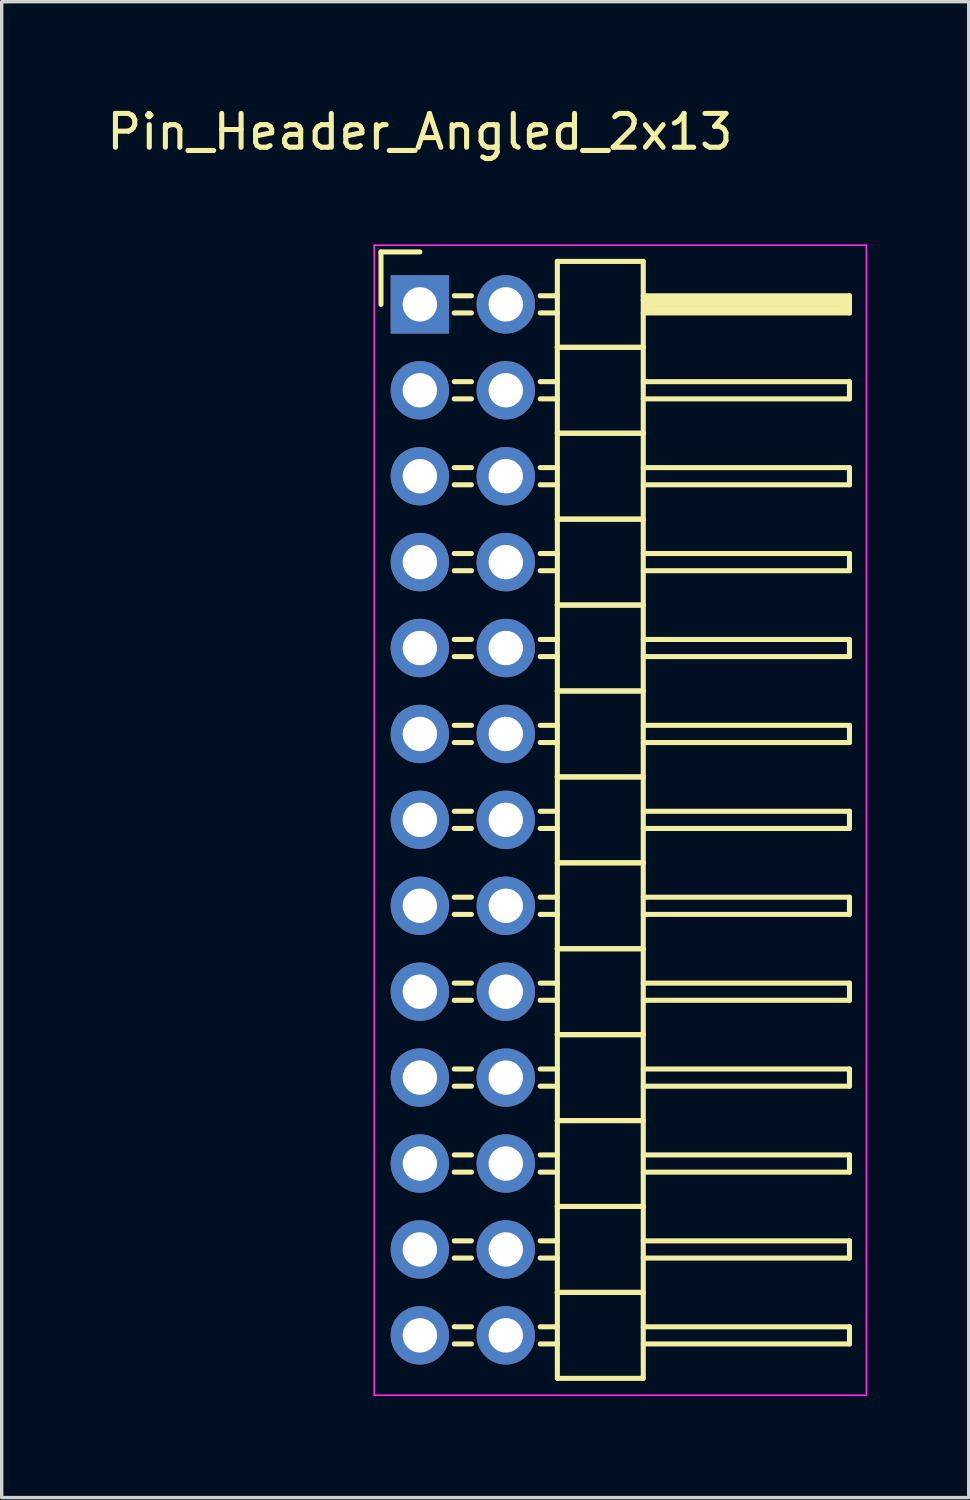
<source format=kicad_pcb>
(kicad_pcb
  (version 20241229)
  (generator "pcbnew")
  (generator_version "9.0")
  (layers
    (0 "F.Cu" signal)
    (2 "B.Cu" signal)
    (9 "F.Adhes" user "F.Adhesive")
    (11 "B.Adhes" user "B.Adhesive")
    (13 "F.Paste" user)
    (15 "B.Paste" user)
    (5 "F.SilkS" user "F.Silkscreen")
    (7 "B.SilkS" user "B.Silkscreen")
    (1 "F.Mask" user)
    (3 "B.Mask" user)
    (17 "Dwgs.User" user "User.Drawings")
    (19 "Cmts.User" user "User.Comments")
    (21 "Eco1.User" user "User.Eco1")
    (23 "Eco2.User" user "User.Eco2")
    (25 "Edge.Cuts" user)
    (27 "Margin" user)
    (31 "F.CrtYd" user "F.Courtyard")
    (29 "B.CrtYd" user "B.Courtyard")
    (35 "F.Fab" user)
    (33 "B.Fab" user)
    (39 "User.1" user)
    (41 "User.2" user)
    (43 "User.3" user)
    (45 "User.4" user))
  (footprint "Pin_Header_Angled_2x13"
    (layer "F.Cu")
    (at 9.363 5.948)
    (property "Reference" "Pin_Header_Angled_2x13" (at 0 -5.1 0) (layer "F.SilkS") (effects (font (size 1 1) (thickness 0.15))))
    (attr through_hole)
    (fp_line (start -1.15 -1.55) (end -1.15 0) (stroke (width 0.15) (type solid)) (layer "F.SilkS"))
    (fp_line (start 0 -1.55) (end -1.15 -1.55) (stroke (width 0.15) (type solid)) (layer "F.SilkS"))
    (fp_line (start 1.524 -0.254) (end 1.016 -0.254) (stroke (width 0.15) (type solid)) (layer "F.SilkS"))
    (fp_line (start 1.524 0.254) (end 1.016 0.254) (stroke (width 0.15) (type solid)) (layer "F.SilkS"))
    (fp_line (start 1.524 2.286) (end 1.016 2.286) (stroke (width 0.15) (type solid)) (layer "F.SilkS"))
    (fp_line (start 1.524 2.794) (end 1.016 2.794) (stroke (width 0.15) (type solid)) (layer "F.SilkS"))
    (fp_line (start 1.524 4.826) (end 1.016 4.826) (stroke (width 0.15) (type solid)) (layer "F.SilkS"))
    (fp_line (start 1.524 5.334) (end 1.016 5.334) (stroke (width 0.15) (type solid)) (layer "F.SilkS"))
    (fp_line (start 1.524 7.366) (end 1.016 7.366) (stroke (width 0.15) (type solid)) (layer "F.SilkS"))
    (fp_line (start 1.524 7.874) (end 1.016 7.874) (stroke (width 0.15) (type solid)) (layer "F.SilkS"))
    (fp_line (start 1.524 9.906) (end 1.016 9.906) (stroke (width 0.15) (type solid)) (layer "F.SilkS"))
    (fp_line (start 1.524 10.414) (end 1.016 10.414) (stroke (width 0.15) (type solid)) (layer "F.SilkS"))
    (fp_line (start 1.524 12.446) (end 1.016 12.446) (stroke (width 0.15) (type solid)) (layer "F.SilkS"))
    (fp_line (start 1.524 12.954) (end 1.016 12.954) (stroke (width 0.15) (type solid)) (layer "F.SilkS"))
    (fp_line (start 1.524 14.986) (end 1.016 14.986) (stroke (width 0.15) (type solid)) (layer "F.SilkS"))
    (fp_line (start 1.524 15.494) (end 1.016 15.494) (stroke (width 0.15) (type solid)) (layer "F.SilkS"))
    (fp_line (start 1.524 17.526) (end 1.016 17.526) (stroke (width 0.15) (type solid)) (layer "F.SilkS"))
    (fp_line (start 1.524 18.034) (end 1.016 18.034) (stroke (width 0.15) (type solid)) (layer "F.SilkS"))
    (fp_line (start 1.524 20.066) (end 1.016 20.066) (stroke (width 0.15) (type solid)) (layer "F.SilkS"))
    (fp_line (start 1.524 20.574) (end 1.016 20.574) (stroke (width 0.15) (type solid)) (layer "F.SilkS"))
    (fp_line (start 1.524 22.606) (end 1.016 22.606) (stroke (width 0.15) (type solid)) (layer "F.SilkS"))
    (fp_line (start 1.524 23.114) (end 1.016 23.114) (stroke (width 0.15) (type solid)) (layer "F.SilkS"))
    (fp_line (start 1.524 25.146) (end 1.016 25.146) (stroke (width 0.15) (type solid)) (layer "F.SilkS"))
    (fp_line (start 1.524 25.654) (end 1.016 25.654) (stroke (width 0.15) (type solid)) (layer "F.SilkS"))
    (fp_line (start 1.524 27.686) (end 1.016 27.686) (stroke (width 0.15) (type solid)) (layer "F.SilkS"))
    (fp_line (start 1.524 28.194) (end 1.016 28.194) (stroke (width 0.15) (type solid)) (layer "F.SilkS"))
    (fp_line (start 1.524 30.226) (end 1.016 30.226) (stroke (width 0.15) (type solid)) (layer "F.SilkS"))
    (fp_line (start 1.524 30.734) (end 1.016 30.734) (stroke (width 0.15) (type solid)) (layer "F.SilkS"))
    (fp_line (start 4.064 -1.27) (end 4.064 1.27) (stroke (width 0.15) (type solid)) (layer "F.SilkS"))
    (fp_line (start 4.064 -1.27) (end 6.604 -1.27) (stroke (width 0.15) (type solid)) (layer "F.SilkS"))
    (fp_line (start 4.064 -0.254) (end 3.556 -0.254) (stroke (width 0.15) (type solid)) (layer "F.SilkS"))
    (fp_line (start 4.064 0.254) (end 3.556 0.254) (stroke (width 0.15) (type solid)) (layer "F.SilkS"))
    (fp_line (start 4.064 1.27) (end 4.064 3.81) (stroke (width 0.15) (type solid)) (layer "F.SilkS"))
    (fp_line (start 4.064 1.27) (end 6.604 1.27) (stroke (width 0.15) (type solid)) (layer "F.SilkS"))
    (fp_line (start 4.064 1.27) (end 6.604 1.27) (stroke (width 0.15) (type solid)) (layer "F.SilkS"))
    (fp_line (start 4.064 2.286) (end 3.556 2.286) (stroke (width 0.15) (type solid)) (layer "F.SilkS"))
    (fp_line (start 4.064 2.794) (end 3.556 2.794) (stroke (width 0.15) (type solid)) (layer "F.SilkS"))
    (fp_line (start 4.064 3.81) (end 4.064 6.35) (stroke (width 0.15) (type solid)) (layer "F.SilkS"))
    (fp_line (start 4.064 3.81) (end 6.604 3.81) (stroke (width 0.15) (type solid)) (layer "F.SilkS"))
    (fp_line (start 4.064 3.81) (end 6.604 3.81) (stroke (width 0.15) (type solid)) (layer "F.SilkS"))
    (fp_line (start 4.064 4.826) (end 3.556 4.826) (stroke (width 0.15) (type solid)) (layer "F.SilkS"))
    (fp_line (start 4.064 5.334) (end 3.556 5.334) (stroke (width 0.15) (type solid)) (layer "F.SilkS"))
    (fp_line (start 4.064 6.35) (end 4.064 8.89) (stroke (width 0.15) (type solid)) (layer "F.SilkS"))
    (fp_line (start 4.064 6.35) (end 6.604 6.35) (stroke (width 0.15) (type solid)) (layer "F.SilkS"))
    (fp_line (start 4.064 6.35) (end 6.604 6.35) (stroke (width 0.15) (type solid)) (layer "F.SilkS"))
    (fp_line (start 4.064 7.366) (end 3.556 7.366) (stroke (width 0.15) (type solid)) (layer "F.SilkS"))
    (fp_line (start 4.064 7.874) (end 3.556 7.874) (stroke (width 0.15) (type solid)) (layer "F.SilkS"))
    (fp_line (start 4.064 8.89) (end 4.064 11.43) (stroke (width 0.15) (type solid)) (layer "F.SilkS"))
    (fp_line (start 4.064 8.89) (end 6.604 8.89) (stroke (width 0.15) (type solid)) (layer "F.SilkS"))
    (fp_line (start 4.064 8.89) (end 6.604 8.89) (stroke (width 0.15) (type solid)) (layer "F.SilkS"))
    (fp_line (start 4.064 9.906) (end 3.556 9.906) (stroke (width 0.15) (type solid)) (layer "F.SilkS"))
    (fp_line (start 4.064 10.414) (end 3.556 10.414) (stroke (width 0.15) (type solid)) (layer "F.SilkS"))
    (fp_line (start 4.064 11.43) (end 4.064 13.97) (stroke (width 0.15) (type solid)) (layer "F.SilkS"))
    (fp_line (start 4.064 11.43) (end 6.604 11.43) (stroke (width 0.15) (type solid)) (layer "F.SilkS"))
    (fp_line (start 4.064 11.43) (end 6.604 11.43) (stroke (width 0.15) (type solid)) (layer "F.SilkS"))
    (fp_line (start 4.064 12.446) (end 3.556 12.446) (stroke (width 0.15) (type solid)) (layer "F.SilkS"))
    (fp_line (start 4.064 12.954) (end 3.556 12.954) (stroke (width 0.15) (type solid)) (layer "F.SilkS"))
    (fp_line (start 4.064 13.97) (end 4.064 16.51) (stroke (width 0.15) (type solid)) (layer "F.SilkS"))
    (fp_line (start 4.064 13.97) (end 6.604 13.97) (stroke (width 0.15) (type solid)) (layer "F.SilkS"))
    (fp_line (start 4.064 13.97) (end 6.604 13.97) (stroke (width 0.15) (type solid)) (layer "F.SilkS"))
    (fp_line (start 4.064 14.986) (end 3.556 14.986) (stroke (width 0.15) (type solid)) (layer "F.SilkS"))
    (fp_line (start 4.064 15.494) (end 3.556 15.494) (stroke (width 0.15) (type solid)) (layer "F.SilkS"))
    (fp_line (start 4.064 16.51) (end 4.064 19.05) (stroke (width 0.15) (type solid)) (layer "F.SilkS"))
    (fp_line (start 4.064 16.51) (end 6.604 16.51) (stroke (width 0.15) (type solid)) (layer "F.SilkS"))
    (fp_line (start 4.064 16.51) (end 6.604 16.51) (stroke (width 0.15) (type solid)) (layer "F.SilkS"))
    (fp_line (start 4.064 17.526) (end 3.556 17.526) (stroke (width 0.15) (type solid)) (layer "F.SilkS"))
    (fp_line (start 4.064 18.034) (end 3.556 18.034) (stroke (width 0.15) (type solid)) (layer "F.SilkS"))
    (fp_line (start 4.064 19.05) (end 4.064 21.59) (stroke (width 0.15) (type solid)) (layer "F.SilkS"))
    (fp_line (start 4.064 19.05) (end 6.604 19.05) (stroke (width 0.15) (type solid)) (layer "F.SilkS"))
    (fp_line (start 4.064 19.05) (end 6.604 19.05) (stroke (width 0.15) (type solid)) (layer "F.SilkS"))
    (fp_line (start 4.064 20.066) (end 3.556 20.066) (stroke (width 0.15) (type solid)) (layer "F.SilkS"))
    (fp_line (start 4.064 20.574) (end 3.556 20.574) (stroke (width 0.15) (type solid)) (layer "F.SilkS"))
    (fp_line (start 4.064 21.59) (end 4.064 24.13) (stroke (width 0.15) (type solid)) (layer "F.SilkS"))
    (fp_line (start 4.064 21.59) (end 6.604 21.59) (stroke (width 0.15) (type solid)) (layer "F.SilkS"))
    (fp_line (start 4.064 21.59) (end 6.604 21.59) (stroke (width 0.15) (type solid)) (layer "F.SilkS"))
    (fp_line (start 4.064 22.606) (end 3.556 22.606) (stroke (width 0.15) (type solid)) (layer "F.SilkS"))
    (fp_line (start 4.064 23.114) (end 3.556 23.114) (stroke (width 0.15) (type solid)) (layer "F.SilkS"))
    (fp_line (start 4.064 24.13) (end 4.064 26.67) (stroke (width 0.15) (type solid)) (layer "F.SilkS"))
    (fp_line (start 4.064 24.13) (end 6.604 24.13) (stroke (width 0.15) (type solid)) (layer "F.SilkS"))
    (fp_line (start 4.064 24.13) (end 6.604 24.13) (stroke (width 0.15) (type solid)) (layer "F.SilkS"))
    (fp_line (start 4.064 25.146) (end 3.556 25.146) (stroke (width 0.15) (type solid)) (layer "F.SilkS"))
    (fp_line (start 4.064 25.654) (end 3.556 25.654) (stroke (width 0.15) (type solid)) (layer "F.SilkS"))
    (fp_line (start 4.064 26.67) (end 4.064 29.21) (stroke (width 0.15) (type solid)) (layer "F.SilkS"))
    (fp_line (start 4.064 26.67) (end 6.604 26.67) (stroke (width 0.15) (type solid)) (layer "F.SilkS"))
    (fp_line (start 4.064 26.67) (end 6.604 26.67) (stroke (width 0.15) (type solid)) (layer "F.SilkS"))
    (fp_line (start 4.064 27.686) (end 3.556 27.686) (stroke (width 0.15) (type solid)) (layer "F.SilkS"))
    (fp_line (start 4.064 28.194) (end 3.556 28.194) (stroke (width 0.15) (type solid)) (layer "F.SilkS"))
    (fp_line (start 4.064 29.21) (end 4.064 31.75) (stroke (width 0.15) (type solid)) (layer "F.SilkS"))
    (fp_line (start 4.064 29.21) (end 6.604 29.21) (stroke (width 0.15) (type solid)) (layer "F.SilkS"))
    (fp_line (start 4.064 29.21) (end 6.604 29.21) (stroke (width 0.15) (type solid)) (layer "F.SilkS"))
    (fp_line (start 4.064 30.226) (end 3.556 30.226) (stroke (width 0.15) (type solid)) (layer "F.SilkS"))
    (fp_line (start 4.064 30.734) (end 3.556 30.734) (stroke (width 0.15) (type solid)) (layer "F.SilkS"))
    (fp_line (start 4.064 31.75) (end 6.604 31.75) (stroke (width 0.15) (type solid)) (layer "F.SilkS"))
    (fp_line (start 6.604 -0.254) (end 12.7 -0.254) (stroke (width 0.15) (type solid)) (layer "F.SilkS"))
    (fp_line (start 6.604 -0.127) (end 12.573 -0.127) (stroke (width 0.15) (type solid)) (layer "F.SilkS"))
    (fp_line (start 6.604 1.27) (end 6.604 -1.27) (stroke (width 0.15) (type solid)) (layer "F.SilkS"))
    (fp_line (start 6.604 2.286) (end 12.7 2.286) (stroke (width 0.15) (type solid)) (layer "F.SilkS"))
    (fp_line (start 6.604 3.81) (end 6.604 1.27) (stroke (width 0.15) (type solid)) (layer "F.SilkS"))
    (fp_line (start 6.604 4.826) (end 12.7 4.826) (stroke (width 0.15) (type solid)) (layer "F.SilkS"))
    (fp_line (start 6.604 6.35) (end 6.604 3.81) (stroke (width 0.15) (type solid)) (layer "F.SilkS"))
    (fp_line (start 6.604 7.366) (end 12.7 7.366) (stroke (width 0.15) (type solid)) (layer "F.SilkS"))
    (fp_line (start 6.604 8.89) (end 6.604 6.35) (stroke (width 0.15) (type solid)) (layer "F.SilkS"))
    (fp_line (start 6.604 9.906) (end 12.7 9.906) (stroke (width 0.15) (type solid)) (layer "F.SilkS"))
    (fp_line (start 6.604 11.43) (end 6.604 8.89) (stroke (width 0.15) (type solid)) (layer "F.SilkS"))
    (fp_line (start 6.604 12.446) (end 12.7 12.446) (stroke (width 0.15) (type solid)) (layer "F.SilkS"))
    (fp_line (start 6.604 13.97) (end 6.604 11.43) (stroke (width 0.15) (type solid)) (layer "F.SilkS"))
    (fp_line (start 6.604 14.986) (end 12.7 14.986) (stroke (width 0.15) (type solid)) (layer "F.SilkS"))
    (fp_line (start 6.604 16.51) (end 6.604 13.97) (stroke (width 0.15) (type solid)) (layer "F.SilkS"))
    (fp_line (start 6.604 17.526) (end 12.7 17.526) (stroke (width 0.15) (type solid)) (layer "F.SilkS"))
    (fp_line (start 6.604 19.05) (end 6.604 16.51) (stroke (width 0.15) (type solid)) (layer "F.SilkS"))
    (fp_line (start 6.604 20.066) (end 12.7 20.066) (stroke (width 0.15) (type solid)) (layer "F.SilkS"))
    (fp_line (start 6.604 21.59) (end 6.604 19.05) (stroke (width 0.15) (type solid)) (layer "F.SilkS"))
    (fp_line (start 6.604 22.606) (end 12.7 22.606) (stroke (width 0.15) (type solid)) (layer "F.SilkS"))
    (fp_line (start 6.604 24.13) (end 6.604 21.59) (stroke (width 0.15) (type solid)) (layer "F.SilkS"))
    (fp_line (start 6.604 25.146) (end 12.7 25.146) (stroke (width 0.15) (type solid)) (layer "F.SilkS"))
    (fp_line (start 6.604 26.67) (end 6.604 24.13) (stroke (width 0.15) (type solid)) (layer "F.SilkS"))
    (fp_line (start 6.604 27.686) (end 12.7 27.686) (stroke (width 0.15) (type solid)) (layer "F.SilkS"))
    (fp_line (start 6.604 29.21) (end 6.604 26.67) (stroke (width 0.15) (type solid)) (layer "F.SilkS"))
    (fp_line (start 6.604 30.226) (end 12.7 30.226) (stroke (width 0.15) (type solid)) (layer "F.SilkS"))
    (fp_line (start 6.604 31.75) (end 6.604 29.21) (stroke (width 0.15) (type solid)) (layer "F.SilkS"))
    (fp_line (start 6.731 0) (end 12.573 0) (stroke (width 0.15) (type solid)) (layer "F.SilkS"))
    (fp_line (start 6.731 0.127) (end 6.731 0) (stroke (width 0.15) (type solid)) (layer "F.SilkS"))
    (fp_line (start 12.573 -0.127) (end 12.573 0.127) (stroke (width 0.15) (type solid)) (layer "F.SilkS"))
    (fp_line (start 12.573 0.127) (end 6.731 0.127) (stroke (width 0.15) (type solid)) (layer "F.SilkS"))
    (fp_line (start 12.7 -0.254) (end 12.7 0.254) (stroke (width 0.15) (type solid)) (layer "F.SilkS"))
    (fp_line (start 12.7 0.254) (end 6.604 0.254) (stroke (width 0.15) (type solid)) (layer "F.SilkS"))
    (fp_line (start 12.7 2.286) (end 12.7 2.794) (stroke (width 0.15) (type solid)) (layer "F.SilkS"))
    (fp_line (start 12.7 2.794) (end 6.604 2.794) (stroke (width 0.15) (type solid)) (layer "F.SilkS"))
    (fp_line (start 12.7 4.826) (end 12.7 5.334) (stroke (width 0.15) (type solid)) (layer "F.SilkS"))
    (fp_line (start 12.7 5.334) (end 6.604 5.334) (stroke (width 0.15) (type solid)) (layer "F.SilkS"))
    (fp_line (start 12.7 7.366) (end 12.7 7.874) (stroke (width 0.15) (type solid)) (layer "F.SilkS"))
    (fp_line (start 12.7 7.874) (end 6.604 7.874) (stroke (width 0.15) (type solid)) (layer "F.SilkS"))
    (fp_line (start 12.7 9.906) (end 12.7 10.414) (stroke (width 0.15) (type solid)) (layer "F.SilkS"))
    (fp_line (start 12.7 10.414) (end 6.604 10.414) (stroke (width 0.15) (type solid)) (layer "F.SilkS"))
    (fp_line (start 12.7 12.446) (end 12.7 12.954) (stroke (width 0.15) (type solid)) (layer "F.SilkS"))
    (fp_line (start 12.7 12.954) (end 6.604 12.954) (stroke (width 0.15) (type solid)) (layer "F.SilkS"))
    (fp_line (start 12.7 14.986) (end 12.7 15.494) (stroke (width 0.15) (type solid)) (layer "F.SilkS"))
    (fp_line (start 12.7 15.494) (end 6.604 15.494) (stroke (width 0.15) (type solid)) (layer "F.SilkS"))
    (fp_line (start 12.7 17.526) (end 12.7 18.034) (stroke (width 0.15) (type solid)) (layer "F.SilkS"))
    (fp_line (start 12.7 18.034) (end 6.604 18.034) (stroke (width 0.15) (type solid)) (layer "F.SilkS"))
    (fp_line (start 12.7 20.066) (end 12.7 20.574) (stroke (width 0.15) (type solid)) (layer "F.SilkS"))
    (fp_line (start 12.7 20.574) (end 6.604 20.574) (stroke (width 0.15) (type solid)) (layer "F.SilkS"))
    (fp_line (start 12.7 22.606) (end 12.7 23.114) (stroke (width 0.15) (type solid)) (layer "F.SilkS"))
    (fp_line (start 12.7 23.114) (end 6.604 23.114) (stroke (width 0.15) (type solid)) (layer "F.SilkS"))
    (fp_line (start 12.7 25.146) (end 12.7 25.654) (stroke (width 0.15) (type solid)) (layer "F.SilkS"))
    (fp_line (start 12.7 25.654) (end 6.604 25.654) (stroke (width 0.15) (type solid)) (layer "F.SilkS"))
    (fp_line (start 12.7 27.686) (end 12.7 28.194) (stroke (width 0.15) (type solid)) (layer "F.SilkS"))
    (fp_line (start 12.7 28.194) (end 6.604 28.194) (stroke (width 0.15) (type solid)) (layer "F.SilkS"))
    (fp_line (start 12.7 30.226) (end 12.7 30.734) (stroke (width 0.15) (type solid)) (layer "F.SilkS"))
    (fp_line (start 12.7 30.734) (end 6.604 30.734) (stroke (width 0.15) (type solid)) (layer "F.SilkS"))
    (fp_line (start -1.35 -1.75) (end -1.35 32.25) (stroke (width 0.05) (type solid)) (layer "F.CrtYd"))
    (fp_line (start -1.35 -1.75) (end 13.2 -1.75) (stroke (width 0.05) (type solid)) (layer "F.CrtYd"))
    (fp_line (start -1.35 32.25) (end 13.2 32.25) (stroke (width 0.05) (type solid)) (layer "F.CrtYd"))
    (fp_line (start 13.2 -1.75) (end 13.2 32.25) (stroke (width 0.05) (type solid)) (layer "F.CrtYd"))
    (pad "1" thru_hole rect (at 0 0) (size 1.727 1.727) (drill 1.016) (layers "*.Cu" "*.Mask"))
    (pad "2" thru_hole oval (at 2.54 0) (size 1.727 1.727) (drill 1.016) (layers "*.Cu" "*.Mask"))
    (pad "3" thru_hole oval (at 0 2.54) (size 1.727 1.727) (drill 1.016) (layers "*.Cu" "*.Mask"))
    (pad "4" thru_hole oval (at 2.54 2.54) (size 1.727 1.727) (drill 1.016) (layers "*.Cu" "*.Mask"))
    (pad "5" thru_hole oval (at 0 5.08) (size 1.727 1.727) (drill 1.016) (layers "*.Cu" "*.Mask"))
    (pad "6" thru_hole oval (at 2.54 5.08) (size 1.727 1.727) (drill 1.016) (layers "*.Cu" "*.Mask"))
    (pad "7" thru_hole oval (at 0 7.62) (size 1.727 1.727) (drill 1.016) (layers "*.Cu" "*.Mask"))
    (pad "8" thru_hole oval (at 2.54 7.62) (size 1.727 1.727) (drill 1.016) (layers "*.Cu" "*.Mask"))
    (pad "9" thru_hole oval (at 0 10.16) (size 1.727 1.727) (drill 1.016) (layers "*.Cu" "*.Mask"))
    (pad "10" thru_hole oval (at 2.54 10.16) (size 1.727 1.727) (drill 1.016) (layers "*.Cu" "*.Mask"))
    (pad "11" thru_hole oval (at 0 12.7) (size 1.727 1.727) (drill 1.016) (layers "*.Cu" "*.Mask"))
    (pad "12" thru_hole oval (at 2.54 12.7) (size 1.727 1.727) (drill 1.016) (layers "*.Cu" "*.Mask"))
    (pad "13" thru_hole oval (at 0 15.24) (size 1.727 1.727) (drill 1.016) (layers "*.Cu" "*.Mask"))
    (pad "14" thru_hole oval (at 2.54 15.24) (size 1.727 1.727) (drill 1.016) (layers "*.Cu" "*.Mask"))
    (pad "15" thru_hole oval (at 0 17.78) (size 1.727 1.727) (drill 1.016) (layers "*.Cu" "*.Mask"))
    (pad "16" thru_hole oval (at 2.54 17.78) (size 1.727 1.727) (drill 1.016) (layers "*.Cu" "*.Mask"))
    (pad "17" thru_hole oval (at 0 20.32) (size 1.727 1.727) (drill 1.016) (layers "*.Cu" "*.Mask"))
    (pad "18" thru_hole oval (at 2.54 20.32) (size 1.727 1.727) (drill 1.016) (layers "*.Cu" "*.Mask"))
    (pad "19" thru_hole oval (at 0 22.86) (size 1.727 1.727) (drill 1.016) (layers "*.Cu" "*.Mask"))
    (pad "20" thru_hole oval (at 2.54 22.86) (size 1.727 1.727) (drill 1.016) (layers "*.Cu" "*.Mask"))
    (pad "21" thru_hole oval (at 0 25.4) (size 1.727 1.727) (drill 1.016) (layers "*.Cu" "*.Mask"))
    (pad "22" thru_hole oval (at 2.54 25.4) (size 1.727 1.727) (drill 1.016) (layers "*.Cu" "*.Mask"))
    (pad "23" thru_hole oval (at 0 27.94) (size 1.727 1.727) (drill 1.016) (layers "*.Cu" "*.Mask"))
    (pad "24" thru_hole oval (at 2.54 27.94) (size 1.727 1.727) (drill 1.016) (layers "*.Cu" "*.Mask"))
    (pad "25" thru_hole oval (at 0 30.48) (size 1.727 1.727) (drill 1.016) (layers "*.Cu" "*.Mask"))
    (pad "26" thru_hole oval (at 2.54 30.48) (size 1.727 1.727) (drill 1.016) (layers "*.Cu" "*.Mask")))
  (gr_rect
    (start -3 -3)
    (end 25.588 41.223)
    (stroke (width 0.1) (type default))
    (fill no)
    (layer "Edge.Cuts")))
</source>
